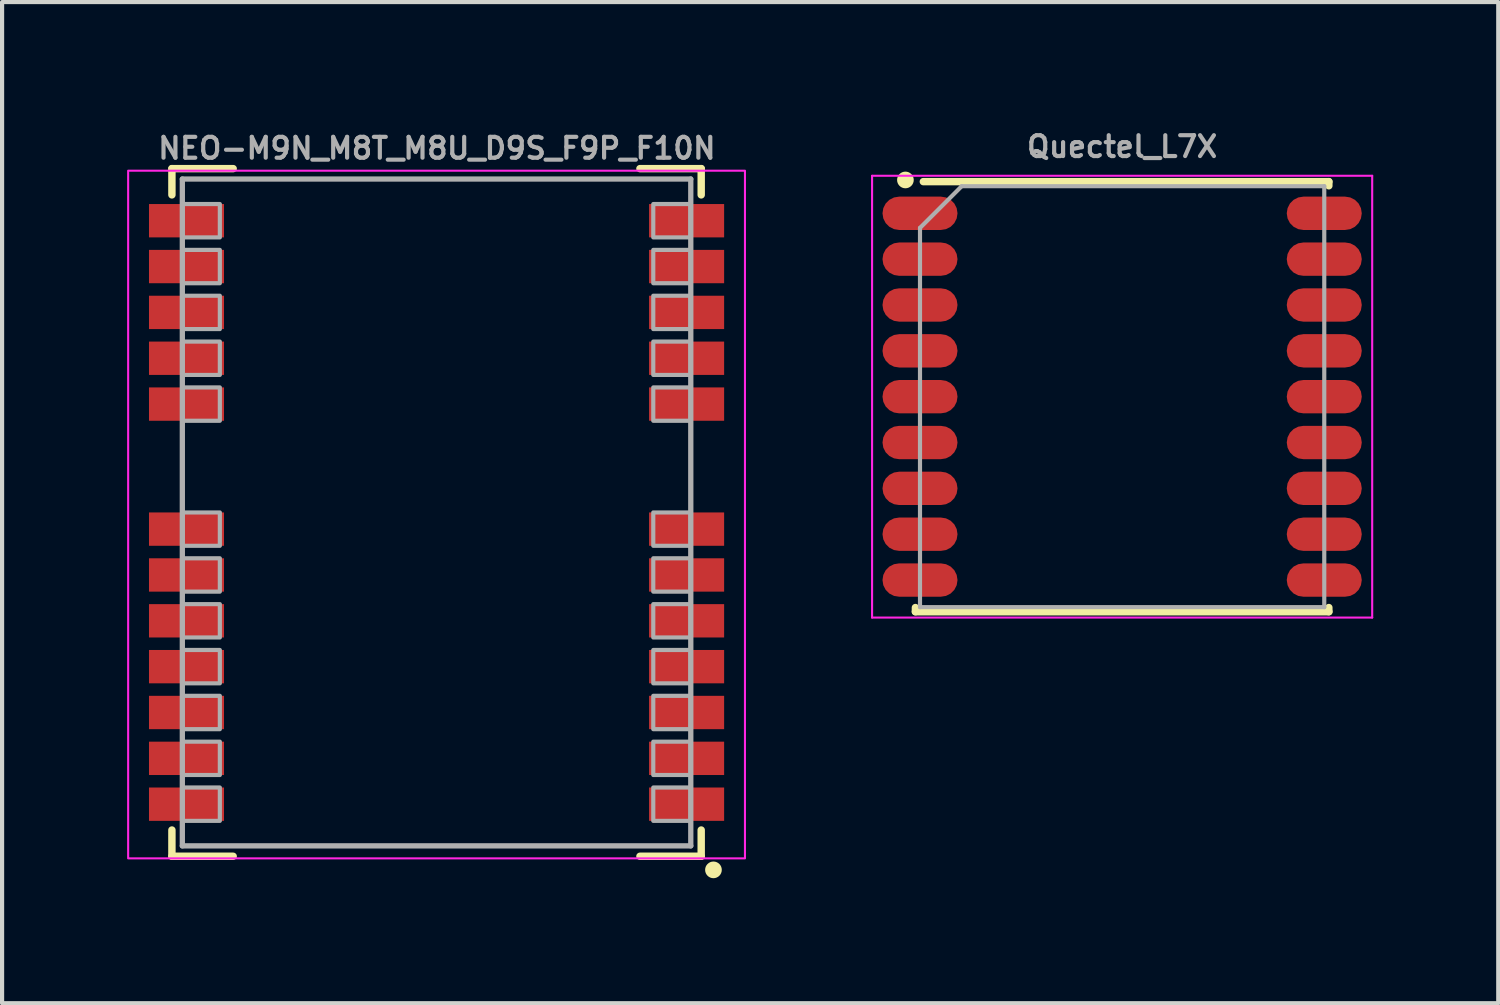
<source format=kicad_pcb>
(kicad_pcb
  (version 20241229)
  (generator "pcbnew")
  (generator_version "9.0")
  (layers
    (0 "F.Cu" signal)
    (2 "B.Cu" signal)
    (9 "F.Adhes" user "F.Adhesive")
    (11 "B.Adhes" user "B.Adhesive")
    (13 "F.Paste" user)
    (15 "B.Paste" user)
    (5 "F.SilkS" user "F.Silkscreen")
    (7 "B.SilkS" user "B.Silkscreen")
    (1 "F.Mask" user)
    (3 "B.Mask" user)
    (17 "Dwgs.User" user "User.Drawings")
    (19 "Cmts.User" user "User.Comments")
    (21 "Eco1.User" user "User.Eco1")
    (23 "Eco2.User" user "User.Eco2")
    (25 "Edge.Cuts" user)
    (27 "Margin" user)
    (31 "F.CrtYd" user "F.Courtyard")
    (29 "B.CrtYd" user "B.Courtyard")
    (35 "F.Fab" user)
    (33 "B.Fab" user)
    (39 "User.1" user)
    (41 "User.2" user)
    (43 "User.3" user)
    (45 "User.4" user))
  (footprint "NEO-M9N_M8T_M8U_D9S_F9P_F10N"
    (layer "F.Cu")
    (at 7.425 9.246)
    (property "Reference" "NEO-M9N_M8T_M8U_D9S_F9P_F10N" (at 0.008 -8.446 0) (layer "F.Fab") (effects (font (size 0.5 0.5) (thickness 0.1) (bold yes)) (justify bottom)))
    (fp_line (start -6.35 -8.25) (end -4.88 -8.25) (stroke (width 0.178) (type solid)) (layer "F.SilkS"))
    (fp_line (start -6.35 -7.62) (end -6.35 -8.25) (stroke (width 0.178) (type solid)) (layer "F.SilkS"))
    (fp_line (start -6.35 8.25) (end -6.35 7.62) (stroke (width 0.178) (type solid)) (layer "F.SilkS"))
    (fp_line (start -4.88 8.25) (end -6.35 8.25) (stroke (width 0.178) (type solid)) (layer "F.SilkS"))
    (fp_line (start 4.88 -8.25) (end 6.35 -8.25) (stroke (width 0.178) (type solid)) (layer "F.SilkS"))
    (fp_line (start 6.35 -8.25) (end 6.35 -7.62) (stroke (width 0.178) (type solid)) (layer "F.SilkS"))
    (fp_line (start 6.35 7.62) (end 6.35 8.25) (stroke (width 0.178) (type solid)) (layer "F.SilkS"))
    (fp_line (start 6.35 8.25) (end 4.88 8.25) (stroke (width 0.178) (type solid)) (layer "F.SilkS"))
    (fp_circle (center 6.644 8.576) (end 6.644 8.676) (stroke (width 0.2) (type solid)) (fill yes) (layer "F.SilkS"))
    (fp_poly (pts (xy -6.1 -7.4) (xy -7.3 -7.4) (xy -7.3 -6.6) (xy -6.1 -6.6)) (stroke (width 0) (type default)) (fill yes) (layer "F.Paste"))
    (fp_poly (pts (xy -6.1 -6.3) (xy -7.3 -6.3) (xy -7.3 -5.5) (xy -6.1 -5.5)) (stroke (width 0) (type default)) (fill yes) (layer "F.Paste"))
    (fp_poly (pts (xy -6.1 -5.2) (xy -7.3 -5.2) (xy -7.3 -4.4) (xy -6.1 -4.4)) (stroke (width 0) (type default)) (fill yes) (layer "F.Paste"))
    (fp_poly (pts (xy -6.1 -4.1) (xy -7.3 -4.1) (xy -7.3 -3.3) (xy -6.1 -3.3)) (stroke (width 0) (type default)) (fill yes) (layer "F.Paste"))
    (fp_poly (pts (xy -6.1 -3) (xy -7.3 -3) (xy -7.3 -2.2) (xy -6.1 -2.2)) (stroke (width 0) (type default)) (fill yes) (layer "F.Paste"))
    (fp_poly (pts (xy -6.1 0) (xy -7.3 0) (xy -7.3 0.8) (xy -6.1 0.8)) (stroke (width 0) (type default)) (fill yes) (layer "F.Paste"))
    (fp_poly (pts (xy -6.1 1.1) (xy -7.3 1.1) (xy -7.3 1.9) (xy -6.1 1.9)) (stroke (width 0) (type default)) (fill yes) (layer "F.Paste"))
    (fp_poly (pts (xy -6.1 2.2) (xy -7.3 2.2) (xy -7.3 3) (xy -6.1 3)) (stroke (width 0) (type default)) (fill yes) (layer "F.Paste"))
    (fp_poly (pts (xy -6.1 3.3) (xy -7.3 3.3) (xy -7.3 4.1) (xy -6.1 4.1)) (stroke (width 0) (type default)) (fill yes) (layer "F.Paste"))
    (fp_poly (pts (xy -6.1 4.4) (xy -7.3 4.4) (xy -7.3 5.2) (xy -6.1 5.2)) (stroke (width 0) (type default)) (fill yes) (layer "F.Paste"))
    (fp_poly (pts (xy -6.1 5.5) (xy -7.3 5.5) (xy -7.3 6.3) (xy -6.1 6.3)) (stroke (width 0) (type default)) (fill yes) (layer "F.Paste"))
    (fp_poly (pts (xy -6.1 6.6) (xy -7.3 6.6) (xy -7.3 7.4) (xy -6.1 7.4)) (stroke (width 0) (type default)) (fill yes) (layer "F.Paste"))
    (fp_poly (pts (xy -5.2 -7.3) (xy -6.1 -7.3) (xy -6.1 -6.7) (xy -5.2 -6.7)) (stroke (width 0) (type default)) (fill yes) (layer "F.Paste"))
    (fp_poly (pts (xy -5.2 -6.2) (xy -6.1 -6.2) (xy -6.1 -5.6) (xy -5.2 -5.6)) (stroke (width 0) (type default)) (fill yes) (layer "F.Paste"))
    (fp_poly (pts (xy -5.2 -5.1) (xy -6.1 -5.1) (xy -6.1 -4.5) (xy -5.2 -4.5)) (stroke (width 0) (type default)) (fill yes) (layer "F.Paste"))
    (fp_poly (pts (xy -5.2 -4) (xy -6.1 -4) (xy -6.1 -3.4) (xy -5.2 -3.4)) (stroke (width 0) (type default)) (fill yes) (layer "F.Paste"))
    (fp_poly (pts (xy -5.2 -2.9) (xy -6.1 -2.9) (xy -6.1 -2.3) (xy -5.2 -2.3)) (stroke (width 0) (type default)) (fill yes) (layer "F.Paste"))
    (fp_poly (pts (xy -5.2 0.1) (xy -6.1 0.1) (xy -6.1 0.7) (xy -5.2 0.7)) (stroke (width 0) (type default)) (fill yes) (layer "F.Paste"))
    (fp_poly (pts (xy -5.2 1.2) (xy -6.1 1.2) (xy -6.1 1.8) (xy -5.2 1.8)) (stroke (width 0) (type default)) (fill yes) (layer "F.Paste"))
    (fp_poly (pts (xy -5.2 2.3) (xy -6.1 2.3) (xy -6.1 2.9) (xy -5.2 2.9)) (stroke (width 0) (type default)) (fill yes) (layer "F.Paste"))
    (fp_poly (pts (xy -5.2 3.4) (xy -6.1 3.4) (xy -6.1 4) (xy -5.2 4)) (stroke (width 0) (type default)) (fill yes) (layer "F.Paste"))
    (fp_poly (pts (xy -5.2 4.5) (xy -6.1 4.5) (xy -6.1 5.1) (xy -5.2 5.1)) (stroke (width 0) (type default)) (fill yes) (layer "F.Paste"))
    (fp_poly (pts (xy -5.2 5.6) (xy -6.1 5.6) (xy -6.1 6.2) (xy -5.2 6.2)) (stroke (width 0) (type default)) (fill yes) (layer "F.Paste"))
    (fp_poly (pts (xy -5.2 6.7) (xy -6.1 6.7) (xy -6.1 7.3) (xy -5.2 7.3)) (stroke (width 0) (type default)) (fill yes) (layer "F.Paste"))
    (fp_poly (pts (xy 5.2 -6.7) (xy 6.1 -6.7) (xy 6.1 -7.3) (xy 5.2 -7.3)) (stroke (width 0) (type default)) (fill yes) (layer "F.Paste"))
    (fp_poly (pts (xy 5.2 -5.6) (xy 6.1 -5.6) (xy 6.1 -6.2) (xy 5.2 -6.2)) (stroke (width 0) (type default)) (fill yes) (layer "F.Paste"))
    (fp_poly (pts (xy 5.2 -4.5) (xy 6.1 -4.5) (xy 6.1 -5.1) (xy 5.2 -5.1)) (stroke (width 0) (type default)) (fill yes) (layer "F.Paste"))
    (fp_poly (pts (xy 5.2 -3.4) (xy 6.1 -3.4) (xy 6.1 -4) (xy 5.2 -4)) (stroke (width 0) (type default)) (fill yes) (layer "F.Paste"))
    (fp_poly (pts (xy 5.2 -2.3) (xy 6.1 -2.3) (xy 6.1 -2.9) (xy 5.2 -2.9)) (stroke (width 0) (type default)) (fill yes) (layer "F.Paste"))
    (fp_poly (pts (xy 5.2 0.7) (xy 6.1 0.7) (xy 6.1 0.1) (xy 5.2 0.1)) (stroke (width 0) (type default)) (fill yes) (layer "F.Paste"))
    (fp_poly (pts (xy 5.2 1.8) (xy 6.1 1.8) (xy 6.1 1.2) (xy 5.2 1.2)) (stroke (width 0) (type default)) (fill yes) (layer "F.Paste"))
    (fp_poly (pts (xy 5.2 2.9) (xy 6.1 2.9) (xy 6.1 2.3) (xy 5.2 2.3)) (stroke (width 0) (type default)) (fill yes) (layer "F.Paste"))
    (fp_poly (pts (xy 5.2 4) (xy 6.1 4) (xy 6.1 3.4) (xy 5.2 3.4)) (stroke (width 0) (type default)) (fill yes) (layer "F.Paste"))
    (fp_poly (pts (xy 5.2 5.1) (xy 6.1 5.1) (xy 6.1 4.5) (xy 5.2 4.5)) (stroke (width 0) (type default)) (fill yes) (layer "F.Paste"))
    (fp_poly (pts (xy 5.2 6.2) (xy 6.1 6.2) (xy 6.1 5.6) (xy 5.2 5.6)) (stroke (width 0) (type default)) (fill yes) (layer "F.Paste"))
    (fp_poly (pts (xy 5.2 7.3) (xy 6.1 7.3) (xy 6.1 6.7) (xy 5.2 6.7)) (stroke (width 0) (type default)) (fill yes) (layer "F.Paste"))
    (fp_poly (pts (xy 6.1 -6.6) (xy 7.3 -6.6) (xy 7.3 -7.4) (xy 6.1 -7.4)) (stroke (width 0) (type default)) (fill yes) (layer "F.Paste"))
    (fp_poly (pts (xy 6.1 -5.5) (xy 7.3 -5.5) (xy 7.3 -6.3) (xy 6.1 -6.3)) (stroke (width 0) (type default)) (fill yes) (layer "F.Paste"))
    (fp_poly (pts (xy 6.1 -4.4) (xy 7.3 -4.4) (xy 7.3 -5.2) (xy 6.1 -5.2)) (stroke (width 0) (type default)) (fill yes) (layer "F.Paste"))
    (fp_poly (pts (xy 6.1 -3.3) (xy 7.3 -3.3) (xy 7.3 -4.1) (xy 6.1 -4.1)) (stroke (width 0) (type default)) (fill yes) (layer "F.Paste"))
    (fp_poly (pts (xy 6.1 -2.2) (xy 7.3 -2.2) (xy 7.3 -3) (xy 6.1 -3)) (stroke (width 0) (type default)) (fill yes) (layer "F.Paste"))
    (fp_poly (pts (xy 6.1 0.8) (xy 7.3 0.8) (xy 7.3 0) (xy 6.1 0)) (stroke (width 0) (type default)) (fill yes) (layer "F.Paste"))
    (fp_poly (pts (xy 6.1 1.9) (xy 7.3 1.9) (xy 7.3 1.1) (xy 6.1 1.1)) (stroke (width 0) (type default)) (fill yes) (layer "F.Paste"))
    (fp_poly (pts (xy 6.1 3) (xy 7.3 3) (xy 7.3 2.2) (xy 6.1 2.2)) (stroke (width 0) (type default)) (fill yes) (layer "F.Paste"))
    (fp_poly (pts (xy 6.1 4.1) (xy 7.3 4.1) (xy 7.3 3.3) (xy 6.1 3.3)) (stroke (width 0) (type default)) (fill yes) (layer "F.Paste"))
    (fp_poly (pts (xy 6.1 5.2) (xy 7.3 5.2) (xy 7.3 4.4) (xy 6.1 4.4)) (stroke (width 0) (type default)) (fill yes) (layer "F.Paste"))
    (fp_poly (pts (xy 6.1 6.3) (xy 7.3 6.3) (xy 7.3 5.5) (xy 6.1 5.5)) (stroke (width 0) (type default)) (fill yes) (layer "F.Paste"))
    (fp_poly (pts (xy 6.1 7.4) (xy 7.3 7.4) (xy 7.3 6.6) (xy 6.1 6.6)) (stroke (width 0) (type default)) (fill yes) (layer "F.Paste"))
    (fp_rect (start -7.4 -8.2) (end 7.4 8.3) (stroke (width 0.05) (type default)) (fill no) (layer "F.CrtYd"))
    (fp_line (start -6.1 -8) (end 6.1 -8) (stroke (width 0.127) (type solid)) (layer "F.Fab"))
    (fp_line (start -6.1 8) (end -6.1 -8) (stroke (width 0.127) (type solid)) (layer "F.Fab"))
    (fp_line (start 6.1 -8) (end 6.1 8) (stroke (width 0.127) (type solid)) (layer "F.Fab"))
    (fp_line (start 6.1 8) (end -6.1 8) (stroke (width 0.127) (type solid)) (layer "F.Fab"))
    (fp_poly (pts (xy -6.1 -6.6) (xy -5.2 -6.6) (xy -5.2 -7.4) (xy -6.1 -7.4)) (stroke (width 0.1) (type default)) (fill no) (layer "F.Fab"))
    (fp_poly (pts (xy -6.1 -5.5) (xy -5.2 -5.5) (xy -5.2 -6.3) (xy -6.1 -6.3)) (stroke (width 0.1) (type default)) (fill no) (layer "F.Fab"))
    (fp_poly (pts (xy -6.1 -4.4) (xy -5.2 -4.4) (xy -5.2 -5.2) (xy -6.1 -5.2)) (stroke (width 0.1) (type default)) (fill no) (layer "F.Fab"))
    (fp_poly (pts (xy -6.1 -3.3) (xy -5.2 -3.3) (xy -5.2 -4.1) (xy -6.1 -4.1)) (stroke (width 0.1) (type default)) (fill no) (layer "F.Fab"))
    (fp_poly (pts (xy -6.1 -2.2) (xy -5.2 -2.2) (xy -5.2 -3) (xy -6.1 -3)) (stroke (width 0.1) (type default)) (fill no) (layer "F.Fab"))
    (fp_poly (pts (xy -6.1 0.8) (xy -5.2 0.8) (xy -5.2 0) (xy -6.1 0)) (stroke (width 0.1) (type default)) (fill no) (layer "F.Fab"))
    (fp_poly (pts (xy -6.1 1.9) (xy -5.2 1.9) (xy -5.2 1.1) (xy -6.1 1.1)) (stroke (width 0.1) (type default)) (fill no) (layer "F.Fab"))
    (fp_poly (pts (xy -6.1 3) (xy -5.2 3) (xy -5.2 2.2) (xy -6.1 2.2)) (stroke (width 0.1) (type default)) (fill no) (layer "F.Fab"))
    (fp_poly (pts (xy -6.1 4.1) (xy -5.2 4.1) (xy -5.2 3.3) (xy -6.1 3.3)) (stroke (width 0.1) (type default)) (fill no) (layer "F.Fab"))
    (fp_poly (pts (xy -6.1 5.2) (xy -5.2 5.2) (xy -5.2 4.4) (xy -6.1 4.4)) (stroke (width 0.1) (type default)) (fill no) (layer "F.Fab"))
    (fp_poly (pts (xy -6.1 6.3) (xy -5.2 6.3) (xy -5.2 5.5) (xy -6.1 5.5)) (stroke (width 0.1) (type default)) (fill no) (layer "F.Fab"))
    (fp_poly (pts (xy -6.1 7.4) (xy -5.2 7.4) (xy -5.2 6.6) (xy -6.1 6.6)) (stroke (width 0.1) (type default)) (fill no) (layer "F.Fab"))
    (fp_poly (pts (xy 5.2 -6.6) (xy 6.1 -6.6) (xy 6.1 -7.4) (xy 5.2 -7.4)) (stroke (width 0.1) (type default)) (fill no) (layer "F.Fab"))
    (fp_poly (pts (xy 5.2 -5.5) (xy 6.1 -5.5) (xy 6.1 -6.3) (xy 5.2 -6.3)) (stroke (width 0.1) (type default)) (fill no) (layer "F.Fab"))
    (fp_poly (pts (xy 5.2 -4.4) (xy 6.1 -4.4) (xy 6.1 -5.2) (xy 5.2 -5.2)) (stroke (width 0.1) (type default)) (fill no) (layer "F.Fab"))
    (fp_poly (pts (xy 5.2 -3.3) (xy 6.1 -3.3) (xy 6.1 -4.1) (xy 5.2 -4.1)) (stroke (width 0.1) (type default)) (fill no) (layer "F.Fab"))
    (fp_poly (pts (xy 5.2 -2.2) (xy 6.1 -2.2) (xy 6.1 -3) (xy 5.2 -3)) (stroke (width 0.1) (type default)) (fill no) (layer "F.Fab"))
    (fp_poly (pts (xy 5.2 0.8) (xy 6.1 0.8) (xy 6.1 0) (xy 5.2 0)) (stroke (width 0.1) (type default)) (fill no) (layer "F.Fab"))
    (fp_poly (pts (xy 5.2 1.9) (xy 6.1 1.9) (xy 6.1 1.1) (xy 5.2 1.1)) (stroke (width 0.1) (type default)) (fill no) (layer "F.Fab"))
    (fp_poly (pts (xy 5.2 3) (xy 6.1 3) (xy 6.1 2.2) (xy 5.2 2.2)) (stroke (width 0.1) (type default)) (fill no) (layer "F.Fab"))
    (fp_poly (pts (xy 5.2 4.1) (xy 6.1 4.1) (xy 6.1 3.3) (xy 5.2 3.3)) (stroke (width 0.1) (type default)) (fill no) (layer "F.Fab"))
    (fp_poly (pts (xy 5.2 5.2) (xy 6.1 5.2) (xy 6.1 4.4) (xy 5.2 4.4)) (stroke (width 0.1) (type default)) (fill no) (layer "F.Fab"))
    (fp_poly (pts (xy 5.2 6.3) (xy 6.1 6.3) (xy 6.1 5.5) (xy 5.2 5.5)) (stroke (width 0.1) (type default)) (fill no) (layer "F.Fab"))
    (fp_poly (pts (xy 5.2 7.4) (xy 6.1 7.4) (xy 6.1 6.6) (xy 5.2 6.6)) (stroke (width 0.1) (type default)) (fill no) (layer "F.Fab"))
    (pad "1" smd rect (at 6 7 180) (size 1.8 0.8) (layers "F.Cu" "F.Mask"))
    (pad "2" smd rect (at 6 5.9 180) (size 1.8 0.8) (layers "F.Cu" "F.Mask"))
    (pad "3" smd rect (at 6 4.8 180) (size 1.8 0.8) (layers "F.Cu" "F.Mask"))
    (pad "4" smd rect (at 6 3.7 180) (size 1.8 0.8) (layers "F.Cu" "F.Mask"))
    (pad "5" smd rect (at 6 2.6 180) (size 1.8 0.8) (layers "F.Cu" "F.Mask"))
    (pad "6" smd rect (at 6 1.5 180) (size 1.8 0.8) (layers "F.Cu" "F.Mask"))
    (pad "7" smd rect (at 6 0.4 180) (size 1.8 0.8) (layers "F.Cu" "F.Mask"))
    (pad "8" smd rect (at 6 -2.6 180) (size 1.8 0.8) (layers "F.Cu" "F.Mask"))
    (pad "9" smd rect (at 6 -3.7 180) (size 1.8 0.8) (layers "F.Cu" "F.Mask"))
    (pad "10" smd rect (at 6 -4.8 180) (size 1.8 0.8) (layers "F.Cu" "F.Mask"))
    (pad "11" smd rect (at 6 -5.9 180) (size 1.8 0.8) (layers "F.Cu" "F.Mask"))
    (pad "12" smd rect (at 6 -7 180) (size 1.8 0.8) (layers "F.Cu" "F.Mask"))
    (pad "13" smd rect (at -6 -7 180) (size 1.8 0.8) (layers "F.Cu" "F.Mask"))
    (pad "14" smd rect (at -6 -5.9 180) (size 1.8 0.8) (layers "F.Cu" "F.Mask"))
    (pad "15" smd rect (at -6 -4.8 180) (size 1.8 0.8) (layers "F.Cu" "F.Mask"))
    (pad "16" smd rect (at -6 -3.7 180) (size 1.8 0.8) (layers "F.Cu" "F.Mask"))
    (pad "17" smd rect (at -6 -2.6 180) (size 1.8 0.8) (layers "F.Cu" "F.Mask"))
    (pad "18" smd rect (at -6 0.4 180) (size 1.8 0.8) (layers "F.Cu" "F.Mask"))
    (pad "19" smd rect (at -6 1.5 180) (size 1.8 0.8) (layers "F.Cu" "F.Mask"))
    (pad "20" smd rect (at -6 2.6 180) (size 1.8 0.8) (layers "F.Cu" "F.Mask"))
    (pad "21" smd rect (at -6 3.7 180) (size 1.8 0.8) (layers "F.Cu" "F.Mask"))
    (pad "22" smd rect (at -6 4.8 180) (size 1.8 0.8) (layers "F.Cu" "F.Mask"))
    (pad "23" smd rect (at -6 5.9 180) (size 1.8 0.8) (layers "F.Cu" "F.Mask"))
    (pad "24" smd rect (at -6 7 180) (size 1.8 0.8) (layers "F.Cu" "F.Mask")))
  (footprint "Quectel_L7X"
    (layer "F.Cu")
    (at 23.875 6.468)
    (property "Reference" "Quectel_L7X" (at 0 -6 0) (layer "F.Fab") (effects (font (size 0.5 0.5) (thickness 0.1))))
    (attr smd)
    (fp_line (start -4.96 5.06) (end -4.96 5.16) (stroke (width 0.178) (type solid)) (layer "F.SilkS"))
    (fp_line (start -4.96 5.16) (end 4.96 5.16) (stroke (width 0.178) (type solid)) (layer "F.SilkS"))
    (fp_line (start -4.77 -5.16) (end 4.96 -5.16) (stroke (width 0.178) (type solid)) (layer "F.SilkS"))
    (fp_line (start 4.96 -5.16) (end 4.96 -5.06) (stroke (width 0.178) (type solid)) (layer "F.SilkS"))
    (fp_line (start 4.96 5.06) (end 4.96 5.16) (stroke (width 0.178) (type solid)) (layer "F.SilkS"))
    (fp_circle (center -5.2 -5.2) (end -5.3 -5.2) (stroke (width 0.2) (type solid)) (fill yes) (layer "F.SilkS"))
    (fp_line (start -6 -5.3) (end -6 5.3) (stroke (width 0.05) (type solid)) (layer "F.CrtYd"))
    (fp_line (start -6 -5.3) (end 6 -5.3) (stroke (width 0.05) (type solid)) (layer "F.CrtYd"))
    (fp_line (start -6 5.3) (end 6 5.3) (stroke (width 0.05) (type solid)) (layer "F.CrtYd"))
    (fp_line (start 6 -5.3) (end 6 5.3) (stroke (width 0.05) (type solid)) (layer "F.CrtYd"))
    (fp_line (start -4.85 -4.05) (end -4.85 5.05) (stroke (width 0.1) (type solid)) (layer "F.Fab"))
    (fp_line (start -4.85 5.05) (end 4.85 5.05) (stroke (width 0.1) (type solid)) (layer "F.Fab"))
    (fp_line (start -3.85 -5.05) (end -4.85 -4.05) (stroke (width 0.1) (type solid)) (layer "F.Fab"))
    (fp_line (start -3.85 -5.05) (end 4.85 -5.05) (stroke (width 0.1) (type solid)) (layer "F.Fab"))
    (fp_line (start 4.85 -5.05) (end 4.85 5.05) (stroke (width 0.1) (type solid)) (layer "F.Fab"))
    (pad "1" smd roundrect (at -4.85 -4.4) (size 1.8 0.8) (layers "F.Cu" "F.Mask" "F.Paste") (roundrect_rratio 0.5))
    (pad "2" smd roundrect (at -4.85 -3.3) (size 1.8 0.8) (layers "F.Cu" "F.Mask" "F.Paste") (roundrect_rratio 0.5))
    (pad "3" smd roundrect (at -4.85 -2.2) (size 1.8 0.8) (layers "F.Cu" "F.Mask" "F.Paste") (roundrect_rratio 0.5))
    (pad "4" smd roundrect (at -4.85 -1.1) (size 1.8 0.8) (layers "F.Cu" "F.Mask" "F.Paste") (roundrect_rratio 0.5))
    (pad "5" smd roundrect (at -4.85 0) (size 1.8 0.8) (layers "F.Cu" "F.Mask" "F.Paste") (roundrect_rratio 0.5))
    (pad "6" smd roundrect (at -4.85 1.1) (size 1.8 0.8) (layers "F.Cu" "F.Mask" "F.Paste") (roundrect_rratio 0.5))
    (pad "7" smd roundrect (at -4.85 2.2) (size 1.8 0.8) (layers "F.Cu" "F.Mask" "F.Paste") (roundrect_rratio 0.5))
    (pad "8" smd roundrect (at -4.85 3.3) (size 1.8 0.8) (layers "F.Cu" "F.Mask" "F.Paste") (roundrect_rratio 0.5))
    (pad "9" smd roundrect (at -4.85 4.4) (size 1.8 0.8) (layers "F.Cu" "F.Mask" "F.Paste") (roundrect_rratio 0.5))
    (pad "10" smd roundrect (at 4.85 4.4) (size 1.8 0.8) (layers "F.Cu" "F.Mask" "F.Paste") (roundrect_rratio 0.5))
    (pad "11" smd roundrect (at 4.85 3.3) (size 1.8 0.8) (layers "F.Cu" "F.Mask" "F.Paste") (roundrect_rratio 0.5))
    (pad "12" smd roundrect (at 4.85 2.2) (size 1.8 0.8) (layers "F.Cu" "F.Mask" "F.Paste") (roundrect_rratio 0.5))
    (pad "13" smd roundrect (at 4.85 1.1) (size 1.8 0.8) (layers "F.Cu" "F.Mask" "F.Paste") (roundrect_rratio 0.5))
    (pad "14" smd roundrect (at 4.85 0) (size 1.8 0.8) (layers "F.Cu" "F.Mask" "F.Paste") (roundrect_rratio 0.5))
    (pad "15" smd roundrect (at 4.85 -1.1) (size 1.8 0.8) (layers "F.Cu" "F.Mask" "F.Paste") (roundrect_rratio 0.5))
    (pad "16" smd roundrect (at 4.85 -2.2) (size 1.8 0.8) (layers "F.Cu" "F.Mask" "F.Paste") (roundrect_rratio 0.5))
    (pad "17" smd roundrect (at 4.85 -3.3) (size 1.8 0.8) (layers "F.Cu" "F.Mask" "F.Paste") (roundrect_rratio 0.5))
    (pad "18" smd roundrect (at 4.85 -4.4) (size 1.8 0.8) (layers "F.Cu" "F.Mask" "F.Paste") (roundrect_rratio 0.5)))
  (gr_rect
    (start -3 -3)
    (end 32.9 21.022)
    (stroke (width 0.1) (type default))
    (fill no)
    (layer "Edge.Cuts")))
</source>
